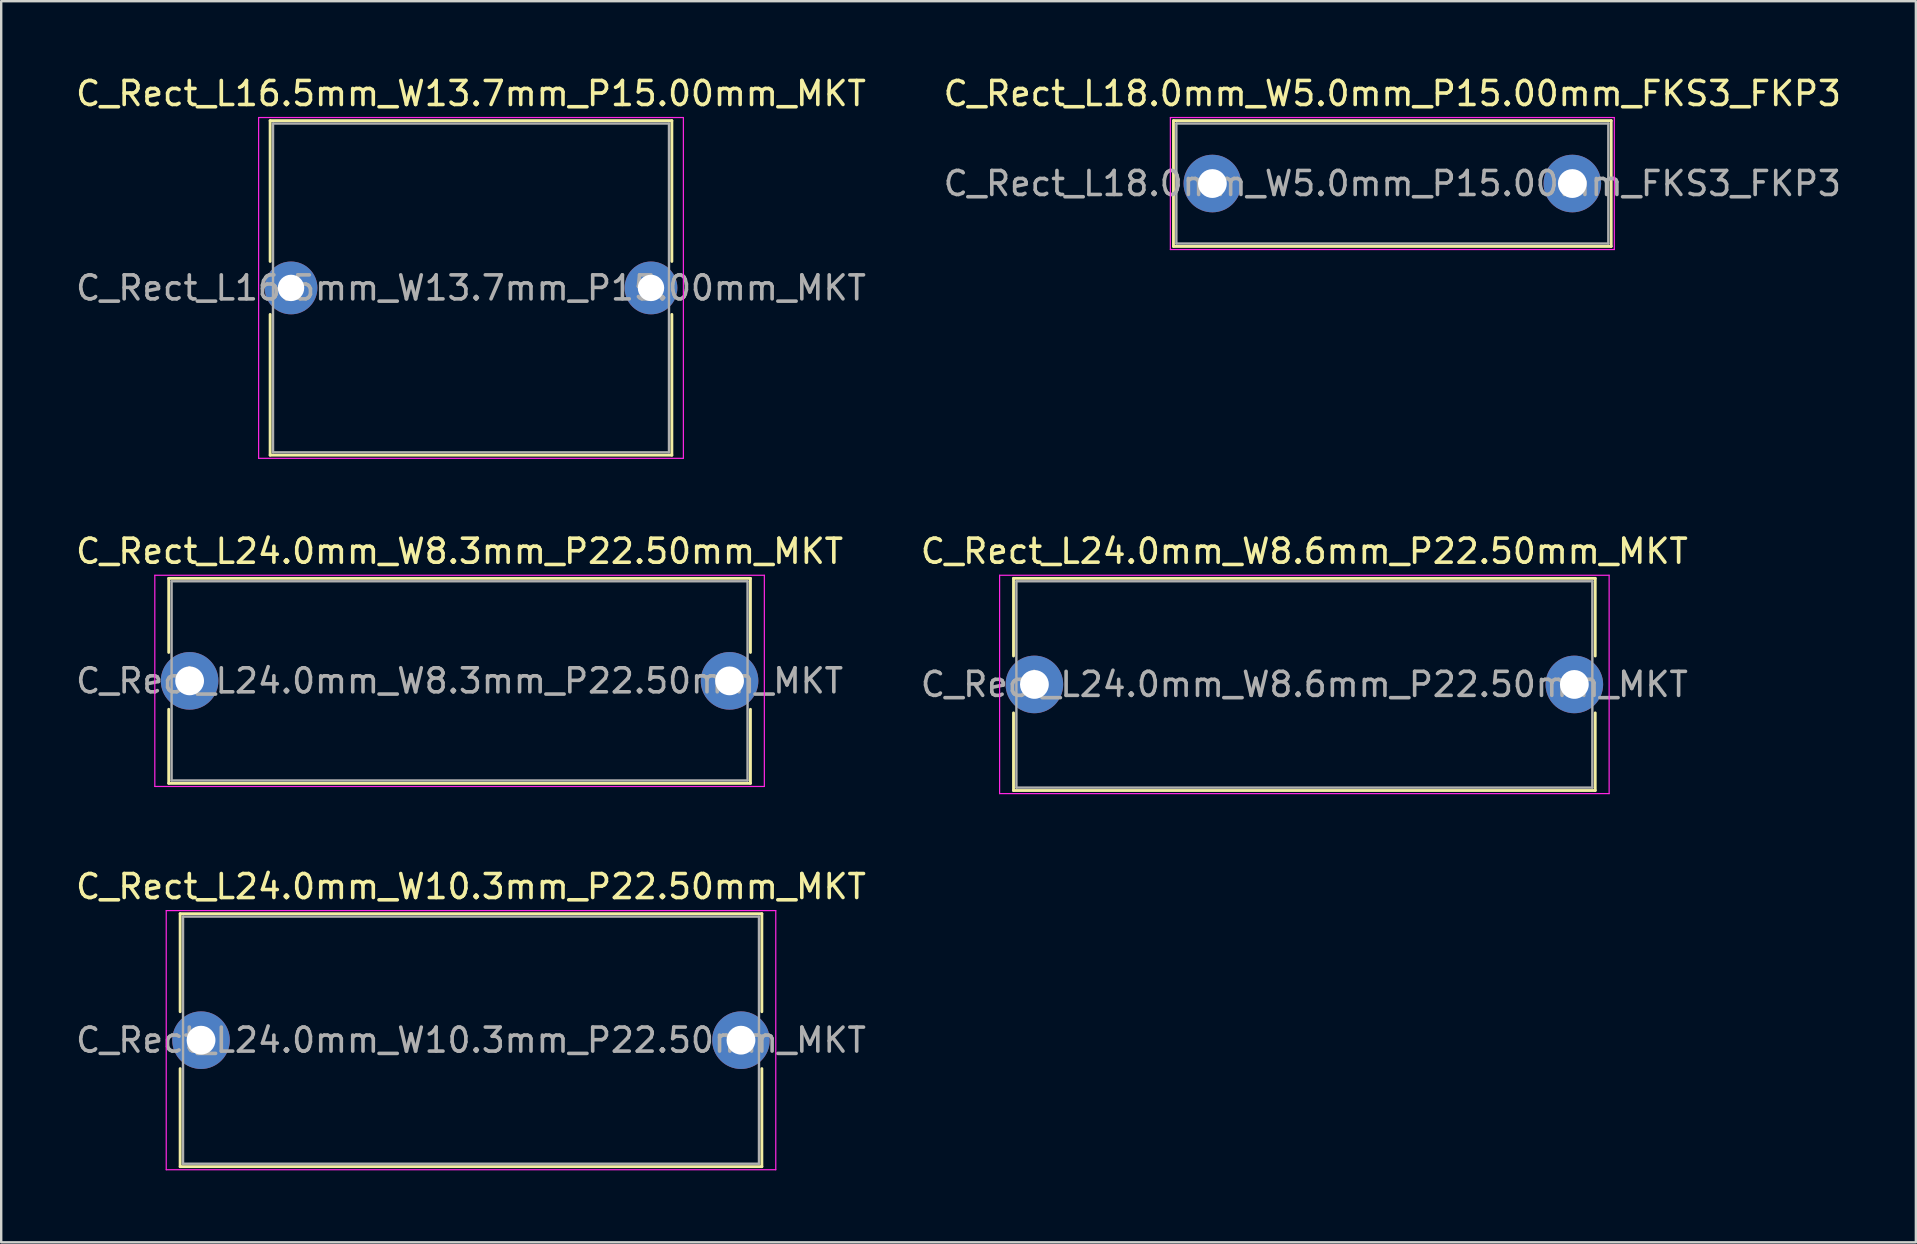
<source format=kicad_pcb>
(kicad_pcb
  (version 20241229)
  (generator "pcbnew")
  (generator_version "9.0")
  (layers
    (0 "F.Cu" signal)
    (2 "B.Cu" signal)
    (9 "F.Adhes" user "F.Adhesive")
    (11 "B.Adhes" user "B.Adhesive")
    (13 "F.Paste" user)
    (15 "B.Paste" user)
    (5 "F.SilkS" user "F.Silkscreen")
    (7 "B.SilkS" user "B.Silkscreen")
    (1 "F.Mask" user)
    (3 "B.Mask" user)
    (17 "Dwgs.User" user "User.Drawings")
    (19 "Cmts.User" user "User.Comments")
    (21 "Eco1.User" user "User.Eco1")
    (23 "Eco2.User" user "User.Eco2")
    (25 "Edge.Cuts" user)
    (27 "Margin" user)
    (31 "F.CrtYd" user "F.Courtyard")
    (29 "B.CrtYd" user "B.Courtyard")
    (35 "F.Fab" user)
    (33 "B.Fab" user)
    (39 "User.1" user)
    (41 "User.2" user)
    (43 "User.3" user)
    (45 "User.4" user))
  (footprint "C_Rect_L24.0mm_W8.6mm_P22.50mm_MKT"
    (layer "F.Cu")
    (at 40.054 25.471)
    (property "Reference" "C_Rect_L24.0mm_W8.6mm_P22.50mm_MKT" (at 11.25 -5.55 0) (layer "F.SilkS") (effects (font (size 1 1) (thickness 0.15))))
    (attr through_hole)
    (fp_line (start -0.87 -4.42) (end -0.87 -1.185) (stroke (width 0.12) (type solid)) (layer "F.SilkS"))
    (fp_line (start -0.87 -4.42) (end 23.37 -4.42) (stroke (width 0.12) (type solid)) (layer "F.SilkS"))
    (fp_line (start -0.87 1.185) (end -0.87 4.42) (stroke (width 0.12) (type solid)) (layer "F.SilkS"))
    (fp_line (start -0.87 4.42) (end 23.37 4.42) (stroke (width 0.12) (type solid)) (layer "F.SilkS"))
    (fp_line (start 23.37 -4.42) (end 23.37 -1.185) (stroke (width 0.12) (type solid)) (layer "F.SilkS"))
    (fp_line (start 23.37 1.185) (end 23.37 4.42) (stroke (width 0.12) (type solid)) (layer "F.SilkS"))
    (fp_line (start -1.45 -4.55) (end -1.45 4.55) (stroke (width 0.05) (type solid)) (layer "F.CrtYd"))
    (fp_line (start -1.45 4.55) (end 23.95 4.55) (stroke (width 0.05) (type solid)) (layer "F.CrtYd"))
    (fp_line (start 23.95 -4.55) (end -1.45 -4.55) (stroke (width 0.05) (type solid)) (layer "F.CrtYd"))
    (fp_line (start 23.95 4.55) (end 23.95 -4.55) (stroke (width 0.05) (type solid)) (layer "F.CrtYd"))
    (fp_line (start -0.75 -4.3) (end -0.75 4.3) (stroke (width 0.1) (type solid)) (layer "F.Fab"))
    (fp_line (start -0.75 4.3) (end 23.25 4.3) (stroke (width 0.1) (type solid)) (layer "F.Fab"))
    (fp_line (start 23.25 -4.3) (end -0.75 -4.3) (stroke (width 0.1) (type solid)) (layer "F.Fab"))
    (fp_line (start 23.25 4.3) (end 23.25 -4.3) (stroke (width 0.1) (type solid)) (layer "F.Fab"))
    (fp_text user "${REFERENCE}" (at 11.25 0 0) (layer "F.Fab") (effects (font (size 1 1) (thickness 0.15))))
    (pad "1" thru_hole circle (at 0 0) (size 2.4 2.4) (drill 1.2) (layers "*.Cu" "*.Mask"))
    (pad "2" thru_hole circle (at 22.5 0) (size 2.4 2.4) (drill 1.2) (layers "*.Cu" "*.Mask")))
  (footprint "C_Rect_L24.0mm_W8.3mm_P22.50mm_MKT"
    (layer "F.Cu")
    (at 4.851 25.322)
    (property "Reference" "C_Rect_L24.0mm_W8.3mm_P22.50mm_MKT" (at 11.25 -5.4 0) (layer "F.SilkS") (effects (font (size 1 1) (thickness 0.15))))
    (attr through_hole)
    (fp_line (start -0.87 -4.27) (end -0.87 -1.185) (stroke (width 0.12) (type solid)) (layer "F.SilkS"))
    (fp_line (start -0.87 -4.27) (end 23.37 -4.27) (stroke (width 0.12) (type solid)) (layer "F.SilkS"))
    (fp_line (start -0.87 1.185) (end -0.87 4.27) (stroke (width 0.12) (type solid)) (layer "F.SilkS"))
    (fp_line (start -0.87 4.27) (end 23.37 4.27) (stroke (width 0.12) (type solid)) (layer "F.SilkS"))
    (fp_line (start 23.37 -4.27) (end 23.37 -1.185) (stroke (width 0.12) (type solid)) (layer "F.SilkS"))
    (fp_line (start 23.37 1.185) (end 23.37 4.27) (stroke (width 0.12) (type solid)) (layer "F.SilkS"))
    (fp_line (start -1.45 -4.4) (end -1.45 4.4) (stroke (width 0.05) (type solid)) (layer "F.CrtYd"))
    (fp_line (start -1.45 4.4) (end 23.95 4.4) (stroke (width 0.05) (type solid)) (layer "F.CrtYd"))
    (fp_line (start 23.95 -4.4) (end -1.45 -4.4) (stroke (width 0.05) (type solid)) (layer "F.CrtYd"))
    (fp_line (start 23.95 4.4) (end 23.95 -4.4) (stroke (width 0.05) (type solid)) (layer "F.CrtYd"))
    (fp_line (start -0.75 -4.15) (end -0.75 4.15) (stroke (width 0.1) (type solid)) (layer "F.Fab"))
    (fp_line (start -0.75 4.15) (end 23.25 4.15) (stroke (width 0.1) (type solid)) (layer "F.Fab"))
    (fp_line (start 23.25 -4.15) (end -0.75 -4.15) (stroke (width 0.1) (type solid)) (layer "F.Fab"))
    (fp_line (start 23.25 4.15) (end 23.25 -4.15) (stroke (width 0.1) (type solid)) (layer "F.Fab"))
    (fp_text user "${REFERENCE}" (at 11.25 0 0) (layer "F.Fab") (effects (font (size 1 1) (thickness 0.15))))
    (pad "1" thru_hole circle (at 0 0) (size 2.4 2.4) (drill 1.2) (layers "*.Cu" "*.Mask"))
    (pad "2" thru_hole circle (at 22.5 0) (size 2.4 2.4) (drill 1.2) (layers "*.Cu" "*.Mask")))
  (footprint "C_Rect_L18.0mm_W5.0mm_P15.00mm_FKS3_FKP3"
    (layer "F.Cu")
    (at 47.47 4.598)
    (property "Reference" "C_Rect_L18.0mm_W5.0mm_P15.00mm_FKS3_FKP3" (at 7.5 -3.75 0) (layer "F.SilkS") (effects (font (size 1 1) (thickness 0.15))))
    (attr through_hole)
    (fp_line (start -1.62 -2.62) (end -1.62 2.62) (stroke (width 0.12) (type solid)) (layer "F.SilkS"))
    (fp_line (start -1.62 -2.62) (end 16.62 -2.62) (stroke (width 0.12) (type solid)) (layer "F.SilkS"))
    (fp_line (start -1.62 2.62) (end 16.62 2.62) (stroke (width 0.12) (type solid)) (layer "F.SilkS"))
    (fp_line (start 16.62 -2.62) (end 16.62 2.62) (stroke (width 0.12) (type solid)) (layer "F.SilkS"))
    (fp_line (start -1.75 -2.75) (end -1.75 2.75) (stroke (width 0.05) (type solid)) (layer "F.CrtYd"))
    (fp_line (start -1.75 2.75) (end 16.75 2.75) (stroke (width 0.05) (type solid)) (layer "F.CrtYd"))
    (fp_line (start 16.75 -2.75) (end -1.75 -2.75) (stroke (width 0.05) (type solid)) (layer "F.CrtYd"))
    (fp_line (start 16.75 2.75) (end 16.75 -2.75) (stroke (width 0.05) (type solid)) (layer "F.CrtYd"))
    (fp_line (start -1.5 -2.5) (end -1.5 2.5) (stroke (width 0.1) (type solid)) (layer "F.Fab"))
    (fp_line (start -1.5 2.5) (end 16.5 2.5) (stroke (width 0.1) (type solid)) (layer "F.Fab"))
    (fp_line (start 16.5 -2.5) (end -1.5 -2.5) (stroke (width 0.1) (type solid)) (layer "F.Fab"))
    (fp_line (start 16.5 2.5) (end 16.5 -2.5) (stroke (width 0.1) (type solid)) (layer "F.Fab"))
    (fp_text user "${REFERENCE}" (at 7.5 0 0) (layer "F.Fab") (effects (font (size 1 1) (thickness 0.15))))
    (pad "1" thru_hole circle (at 0 0) (size 2.4 2.4) (drill 1.2) (layers "*.Cu" "*.Mask"))
    (pad "2" thru_hole circle (at 15 0) (size 2.4 2.4) (drill 1.2) (layers "*.Cu" "*.Mask")))
  (footprint "C_Rect_L16.5mm_W13.7mm_P15.00mm_MKT"
    (layer "F.Cu")
    (at 9.077 8.948)
    (property "Reference" "C_Rect_L16.5mm_W13.7mm_P15.00mm_MKT" (at 7.5 -8.1 0) (layer "F.SilkS") (effects (font (size 1 1) (thickness 0.15))))
    (attr through_hole)
    (fp_line (start -0.87 -6.97) (end -0.87 -1.104) (stroke (width 0.12) (type solid)) (layer "F.SilkS"))
    (fp_line (start -0.87 -6.97) (end 15.87 -6.97) (stroke (width 0.12) (type solid)) (layer "F.SilkS"))
    (fp_line (start -0.87 1.104) (end -0.87 6.97) (stroke (width 0.12) (type solid)) (layer "F.SilkS"))
    (fp_line (start -0.87 6.97) (end 15.87 6.97) (stroke (width 0.12) (type solid)) (layer "F.SilkS"))
    (fp_line (start 15.87 -6.97) (end 15.87 -1.104) (stroke (width 0.12) (type solid)) (layer "F.SilkS"))
    (fp_line (start 15.87 1.104) (end 15.87 6.97) (stroke (width 0.12) (type solid)) (layer "F.SilkS"))
    (fp_line (start -1.35 -7.1) (end -1.35 7.1) (stroke (width 0.05) (type solid)) (layer "F.CrtYd"))
    (fp_line (start -1.35 7.1) (end 16.35 7.1) (stroke (width 0.05) (type solid)) (layer "F.CrtYd"))
    (fp_line (start 16.35 -7.1) (end -1.35 -7.1) (stroke (width 0.05) (type solid)) (layer "F.CrtYd"))
    (fp_line (start 16.35 7.1) (end 16.35 -7.1) (stroke (width 0.05) (type solid)) (layer "F.CrtYd"))
    (fp_line (start -0.75 -6.85) (end -0.75 6.85) (stroke (width 0.1) (type solid)) (layer "F.Fab"))
    (fp_line (start -0.75 6.85) (end 15.75 6.85) (stroke (width 0.1) (type solid)) (layer "F.Fab"))
    (fp_line (start 15.75 -6.85) (end -0.75 -6.85) (stroke (width 0.1) (type solid)) (layer "F.Fab"))
    (fp_line (start 15.75 6.85) (end 15.75 -6.85) (stroke (width 0.1) (type solid)) (layer "F.Fab"))
    (fp_text user "${REFERENCE}" (at 7.5 0 0) (layer "F.Fab") (effects (font (size 1 1) (thickness 0.15))))
    (pad "1" thru_hole circle (at 0 0) (size 2.2 2.2) (drill 1.1) (layers "*.Cu" "*.Mask"))
    (pad "2" thru_hole circle (at 15 0) (size 2.2 2.2) (drill 1.1) (layers "*.Cu" "*.Mask")))
  (footprint "C_Rect_L24.0mm_W10.3mm_P22.50mm_MKT"
    (layer "F.Cu")
    (at 5.327 40.295)
    (property "Reference" "C_Rect_L24.0mm_W10.3mm_P22.50mm_MKT" (at 11.25 -6.4 0) (layer "F.SilkS") (effects (font (size 1 1) (thickness 0.15))))
    (attr through_hole)
    (fp_line (start -0.87 -5.27) (end -0.87 -1.185) (stroke (width 0.12) (type solid)) (layer "F.SilkS"))
    (fp_line (start -0.87 -5.27) (end 23.37 -5.27) (stroke (width 0.12) (type solid)) (layer "F.SilkS"))
    (fp_line (start -0.87 1.185) (end -0.87 5.27) (stroke (width 0.12) (type solid)) (layer "F.SilkS"))
    (fp_line (start -0.87 5.27) (end 23.37 5.27) (stroke (width 0.12) (type solid)) (layer "F.SilkS"))
    (fp_line (start 23.37 -5.27) (end 23.37 -1.185) (stroke (width 0.12) (type solid)) (layer "F.SilkS"))
    (fp_line (start 23.37 1.185) (end 23.37 5.27) (stroke (width 0.12) (type solid)) (layer "F.SilkS"))
    (fp_line (start -1.45 -5.4) (end -1.45 5.4) (stroke (width 0.05) (type solid)) (layer "F.CrtYd"))
    (fp_line (start -1.45 5.4) (end 23.95 5.4) (stroke (width 0.05) (type solid)) (layer "F.CrtYd"))
    (fp_line (start 23.95 -5.4) (end -1.45 -5.4) (stroke (width 0.05) (type solid)) (layer "F.CrtYd"))
    (fp_line (start 23.95 5.4) (end 23.95 -5.4) (stroke (width 0.05) (type solid)) (layer "F.CrtYd"))
    (fp_line (start -0.75 -5.15) (end -0.75 5.15) (stroke (width 0.1) (type solid)) (layer "F.Fab"))
    (fp_line (start -0.75 5.15) (end 23.25 5.15) (stroke (width 0.1) (type solid)) (layer "F.Fab"))
    (fp_line (start 23.25 -5.15) (end -0.75 -5.15) (stroke (width 0.1) (type solid)) (layer "F.Fab"))
    (fp_line (start 23.25 5.15) (end 23.25 -5.15) (stroke (width 0.1) (type solid)) (layer "F.Fab"))
    (fp_text user "${REFERENCE}" (at 11.25 0 0) (layer "F.Fab") (effects (font (size 1 1) (thickness 0.15))))
    (pad "1" thru_hole circle (at 0 0) (size 2.4 2.4) (drill 1.2) (layers "*.Cu" "*.Mask"))
    (pad "2" thru_hole circle (at 22.5 0) (size 2.4 2.4) (drill 1.2) (layers "*.Cu" "*.Mask")))
  (gr_rect
    (start -3 -3)
    (end 76.786 48.72)
    (stroke (width 0.1) (type default))
    (fill no)
    (layer "Edge.Cuts")))
</source>
